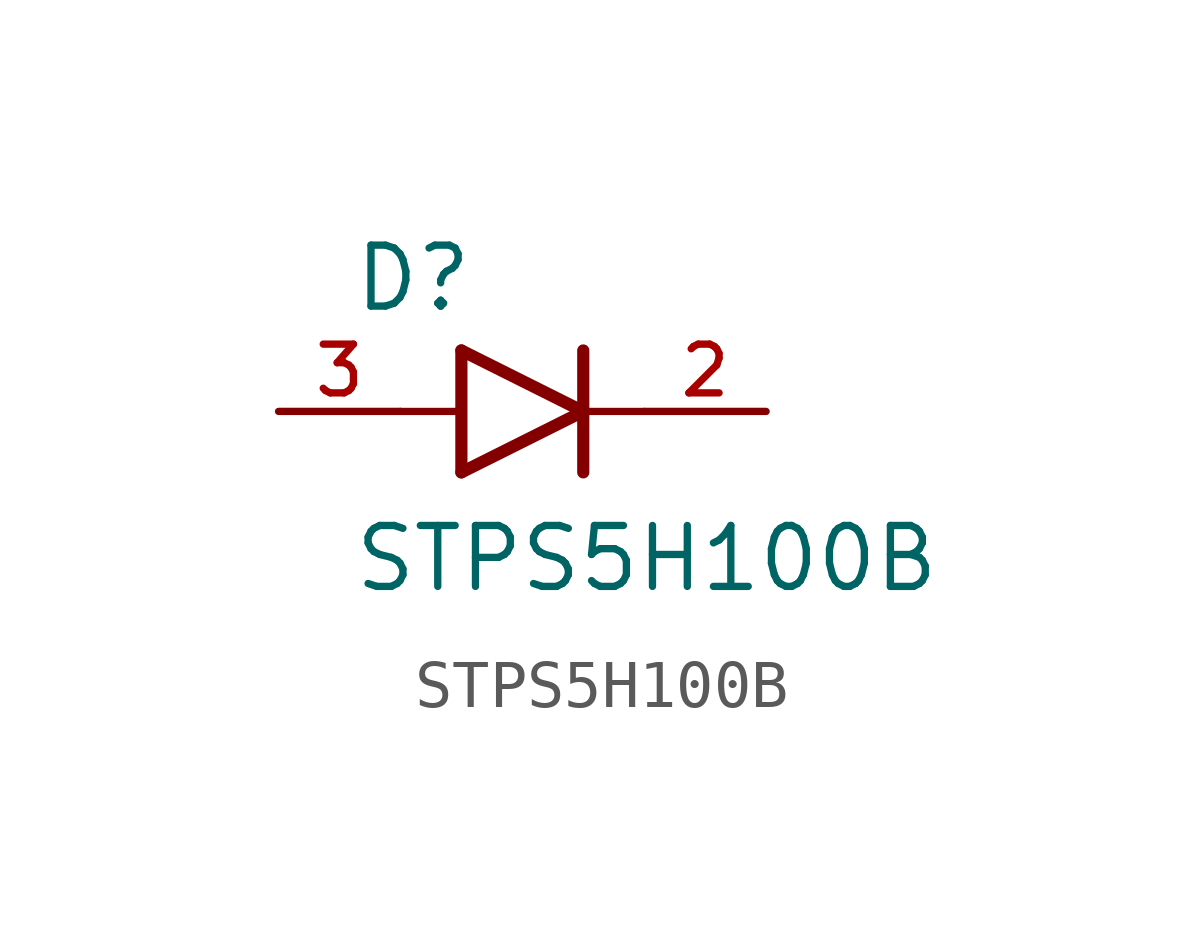
<source format=kicad_sym>
(kicad_symbol_lib
  (version 20211014)
  (generator kicad_symbol_editor)
  (symbol "STPS5H100B"
    (pin_names
      (offset 1.016))
    (property "Reference" "D"
      (at -3.556 2.032 0)
      (effects (font (size 1.27 1.27)) (justify bottom left)))
    (property "Value" "STPS5H100B"
      (at -3.556 -3.81 0)
      (effects (font (size 1.27 1.27)) (justify bottom left)))
    (symbol "STPS5H100B_0_0"
      (polyline (pts (xy -1.27 -1.27) (xy 1.27 0.0)) (stroke (width 0.254)))
      (polyline (pts (xy 1.27 0.0) (xy -1.27 1.27)) (stroke (width 0.254)))
      (polyline (pts (xy 1.27 1.27) (xy 1.27 0.0)) (stroke (width 0.254)))
      (polyline (pts (xy 1.27 0.0) (xy 1.27 -1.27)) (stroke (width 0.254)))
      (polyline (pts (xy 2.54 0.0) (xy 1.27 0.0)) (stroke (width 0.152)))
      (polyline (pts (xy -2.54 0.0) (xy -1.27 0.0)) (stroke (width 0.152)))
      (polyline (pts (xy -1.27 1.27) (xy -1.27 -1.27)) (stroke (width 0.254)))
      (pin passive line (at -5.08 0.0 0) (length 2.54) (name "~" (effects (font (size 1.016 1.016)))) (number "3" (effects (font (size 1.016 1.016)))))
      (pin passive line (at 5.08 0.0 180.0) (length 2.54) (name "~" (effects (font (size 1.016 1.016)))) (number "2" (effects (font (size 1.016 1.016))))))))
</source>
